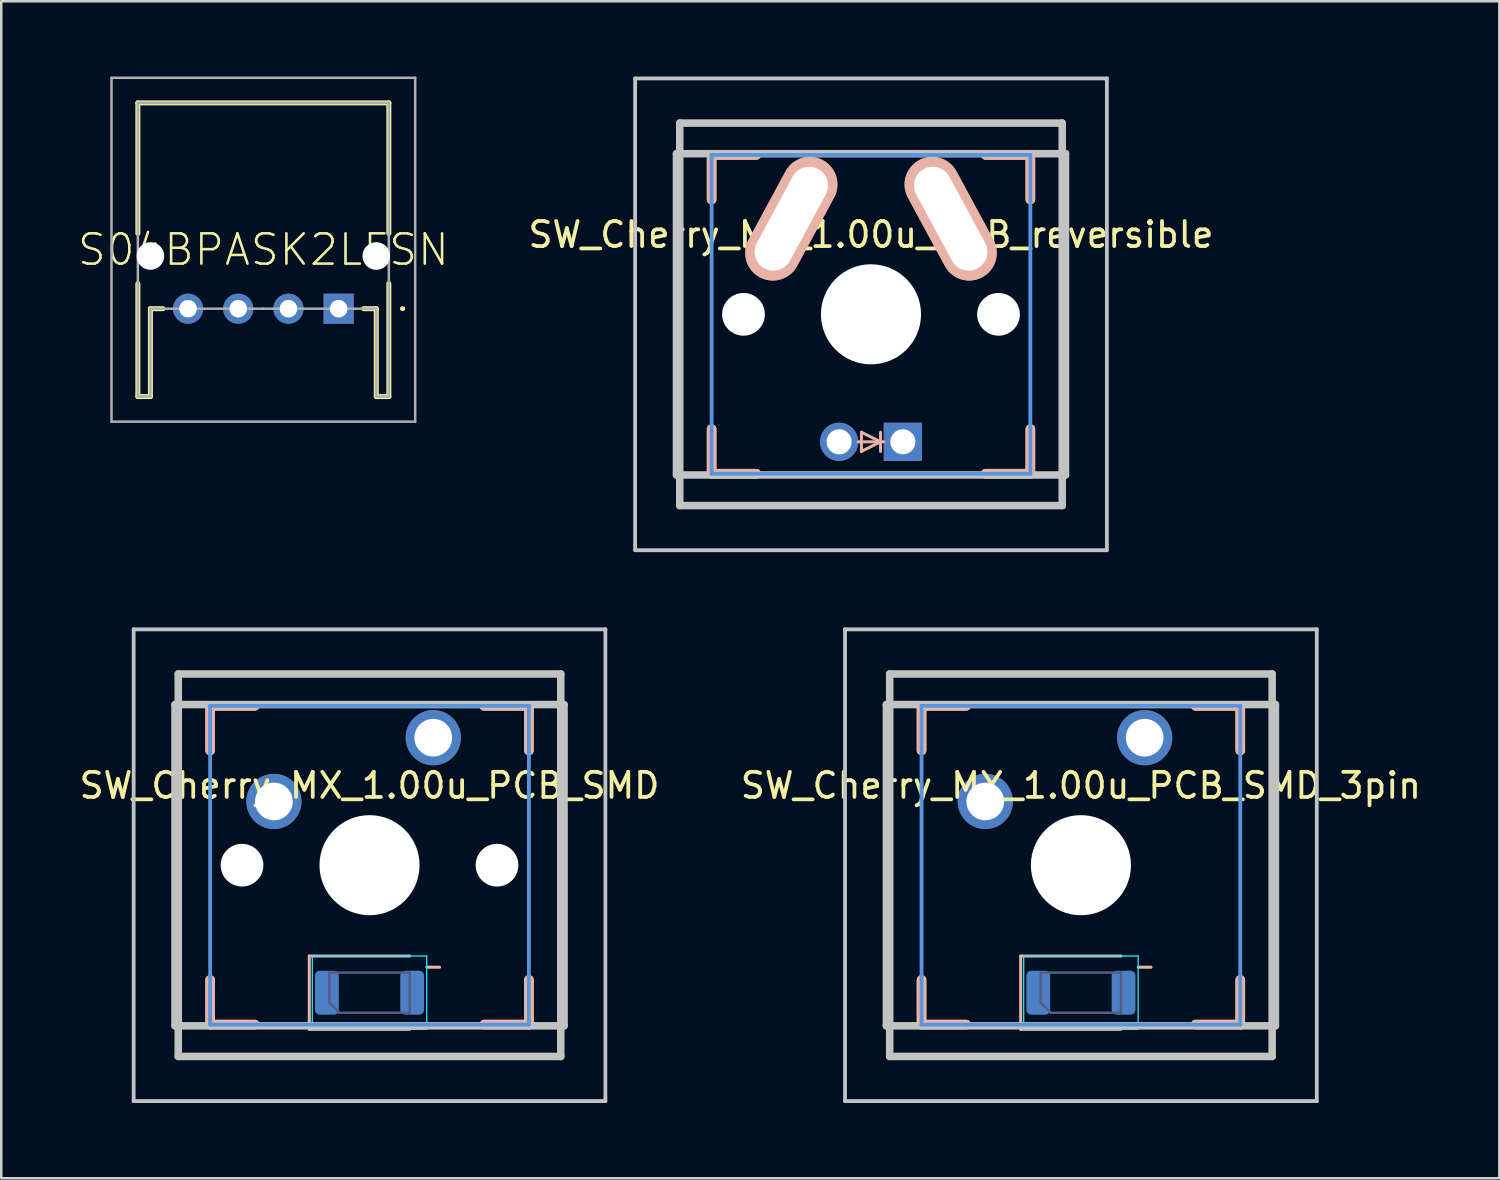
<source format=kicad_pcb>
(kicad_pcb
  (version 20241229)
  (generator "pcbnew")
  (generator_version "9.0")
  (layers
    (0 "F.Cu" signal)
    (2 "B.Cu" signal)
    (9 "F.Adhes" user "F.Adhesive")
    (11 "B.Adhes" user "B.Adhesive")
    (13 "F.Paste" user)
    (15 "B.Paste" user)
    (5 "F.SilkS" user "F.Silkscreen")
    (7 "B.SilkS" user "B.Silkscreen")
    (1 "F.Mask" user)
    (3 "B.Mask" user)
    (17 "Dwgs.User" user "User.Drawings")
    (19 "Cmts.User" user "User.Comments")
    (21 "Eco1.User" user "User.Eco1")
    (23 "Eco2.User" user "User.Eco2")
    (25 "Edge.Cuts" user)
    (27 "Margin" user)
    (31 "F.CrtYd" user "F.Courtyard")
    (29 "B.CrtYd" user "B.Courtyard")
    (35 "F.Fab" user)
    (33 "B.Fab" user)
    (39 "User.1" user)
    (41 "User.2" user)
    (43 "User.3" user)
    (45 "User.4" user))
  (footprint "SW_Cherry_MX_1.00u_PCB_SMD"
    (layer "F.Cu")
    (at 11.673 31.423)
    (property "Reference" "SW_Cherry_MX_1.00u_PCB_SMD" (at 0 -3.175 0) (layer "F.SilkS") (effects (font (size 1 1) (thickness 0.15))))
    (attr exclude_from_pos_files exclude_from_bom)
    (fp_line (start -6.35 -6.35) (end -4.572 -6.35) (stroke (width 0.381) (type solid)) (layer "F.SilkS"))
    (fp_line (start -6.35 -4.572) (end -6.35 -6.35) (stroke (width 0.381) (type solid)) (layer "F.SilkS"))
    (fp_line (start -6.35 6.35) (end -6.35 4.572) (stroke (width 0.381) (type solid)) (layer "F.SilkS"))
    (fp_line (start -4.572 6.35) (end -6.35 6.35) (stroke (width 0.381) (type solid)) (layer "F.SilkS"))
    (fp_line (start 4.572 -6.35) (end 6.35 -6.35) (stroke (width 0.381) (type solid)) (layer "F.SilkS"))
    (fp_line (start 6.35 -6.35) (end 6.35 -4.572) (stroke (width 0.381) (type solid)) (layer "F.SilkS"))
    (fp_line (start 6.35 4.572) (end 6.35 6.35) (stroke (width 0.381) (type solid)) (layer "F.SilkS"))
    (fp_line (start 6.35 6.35) (end 4.572 6.35) (stroke (width 0.381) (type solid)) (layer "F.SilkS"))
    (fp_line (start -6.35 -6.35) (end -6.35 -4.572) (stroke (width 0.381) (type solid)) (layer "B.SilkS"))
    (fp_line (start -6.35 4.572) (end -6.35 6.35) (stroke (width 0.381) (type solid)) (layer "B.SilkS"))
    (fp_line (start -6.35 6.35) (end -4.572 6.35) (stroke (width 0.381) (type solid)) (layer "B.SilkS"))
    (fp_line (start -4.572 -6.35) (end -6.35 -6.35) (stroke (width 0.381) (type solid)) (layer "B.SilkS"))
    (fp_line (start -2.4 3.62) (end 1.6 3.62) (stroke (width 0.12) (type solid)) (layer "B.SilkS"))
    (fp_line (start -2.4 6.54) (end -2.4 3.62) (stroke (width 0.12) (type solid)) (layer "B.SilkS"))
    (fp_line (start 1.6 6.54) (end -2.4 6.54) (stroke (width 0.12) (type solid)) (layer "B.SilkS"))
    (fp_line (start 2.286 4.064) (end 2.794 4.064) (stroke (width 0.12) (type solid)) (layer "B.SilkS"))
    (fp_line (start 4.572 6.35) (end 6.35 6.35) (stroke (width 0.381) (type solid)) (layer "B.SilkS"))
    (fp_line (start 6.35 -6.35) (end 4.572 -6.35) (stroke (width 0.381) (type solid)) (layer "B.SilkS"))
    (fp_line (start 6.35 -4.572) (end 6.35 -6.35) (stroke (width 0.381) (type solid)) (layer "B.SilkS"))
    (fp_line (start 6.35 6.35) (end 6.35 4.572) (stroke (width 0.381) (type solid)) (layer "B.SilkS"))
    (fp_line (start -9.398 -9.398) (end 9.398 -9.398) (stroke (width 0.152) (type solid)) (layer "Dwgs.User"))
    (fp_line (start -9.398 9.398) (end -9.398 -9.398) (stroke (width 0.152) (type solid)) (layer "Dwgs.User"))
    (fp_line (start -7.75 6.4) (end -7.75 -6.4) (stroke (width 0.3) (type solid)) (layer "Dwgs.User"))
    (fp_line (start -7.75 6.4) (end 7.75 6.4) (stroke (width 0.3) (type solid)) (layer "Dwgs.User"))
    (fp_line (start -7.62 -7.62) (end 7.62 -7.62) (stroke (width 0.3) (type solid)) (layer "Dwgs.User"))
    (fp_line (start -7.62 7.62) (end -7.62 -7.62) (stroke (width 0.3) (type solid)) (layer "Dwgs.User"))
    (fp_line (start 7.62 -7.62) (end 7.62 7.62) (stroke (width 0.3) (type solid)) (layer "Dwgs.User"))
    (fp_line (start 7.62 7.62) (end -7.62 7.62) (stroke (width 0.3) (type solid)) (layer "Dwgs.User"))
    (fp_line (start 7.75 -6.4) (end -7.75 -6.4) (stroke (width 0.3) (type solid)) (layer "Dwgs.User"))
    (fp_line (start 7.75 6.4) (end 7.75 -6.4) (stroke (width 0.3) (type solid)) (layer "Dwgs.User"))
    (fp_line (start 9.398 -9.398) (end 9.398 9.398) (stroke (width 0.152) (type solid)) (layer "Dwgs.User"))
    (fp_line (start 9.398 9.398) (end -9.398 9.398) (stroke (width 0.152) (type solid)) (layer "Dwgs.User"))
    (fp_line (start -6.35 -6.35) (end 6.35 -6.35) (stroke (width 0.152) (type solid)) (layer "Cmts.User"))
    (fp_line (start -6.35 6.35) (end -6.35 -6.35) (stroke (width 0.152) (type solid)) (layer "Cmts.User"))
    (fp_line (start 6.35 -6.35) (end 6.35 6.35) (stroke (width 0.152) (type solid)) (layer "Cmts.User"))
    (fp_line (start 6.35 6.35) (end -6.35 6.35) (stroke (width 0.152) (type solid)) (layer "Cmts.User"))
    (fp_line (start -6.985 -6.985) (end 6.985 -6.985) (stroke (width 0.152) (type solid)) (layer "Eco2.User"))
    (fp_line (start -6.985 6.985) (end -6.985 -6.985) (stroke (width 0.152) (type solid)) (layer "Eco2.User"))
    (fp_line (start 6.985 -6.985) (end 6.985 6.985) (stroke (width 0.152) (type solid)) (layer "Eco2.User"))
    (fp_line (start 6.985 6.985) (end -6.985 6.985) (stroke (width 0.152) (type solid)) (layer "Eco2.User"))
    (fp_line (start -2.28 3.62) (end -2.28 6.54) (stroke (width 0.05) (type solid)) (layer "B.CrtYd"))
    (fp_line (start -2.28 6.54) (end 2.28 6.54) (stroke (width 0.05) (type solid)) (layer "B.CrtYd"))
    (fp_line (start 2.28 3.62) (end -2.28 3.62) (stroke (width 0.05) (type solid)) (layer "B.CrtYd"))
    (fp_line (start 2.28 6.54) (end 2.28 3.62) (stroke (width 0.05) (type solid)) (layer "B.CrtYd"))
    (fp_line (start -1.6 4.28) (end 1.6 4.28) (stroke (width 0.1) (type solid)) (layer "B.Fab"))
    (fp_line (start -1.6 5.48) (end -1.6 4.28) (stroke (width 0.1) (type solid)) (layer "B.Fab"))
    (fp_line (start -1.2 5.88) (end -1.6 5.48) (stroke (width 0.1) (type solid)) (layer "B.Fab"))
    (fp_line (start 1.6 4.28) (end 1.6 5.88) (stroke (width 0.1) (type solid)) (layer "B.Fab"))
    (fp_line (start 1.6 5.88) (end -1.2 5.88) (stroke (width 0.1) (type solid)) (layer "B.Fab"))
    (pad "" np_thru_hole circle (at -5.08 0) (size 1.702 1.702) (drill 1.702) (layers "*.Cu" "*.Mask"))
    (pad "" np_thru_hole circle (at 0 0) (size 3.988 3.988) (drill 3.988) (layers "*.Cu" "*.Mask"))
    (pad "" np_thru_hole circle (at 5.08 0) (size 1.702 1.702) (drill 1.702) (layers "*.Cu" "*.Mask"))
    (pad "1" thru_hole circle (at -3.81 -2.54) (size 2.2 2.2) (drill 1.5) (layers "*.Cu" "*.Mask"))
    (pad "2" thru_hole circle (at 2.54 -5.08) (size 2.2 2.2) (drill 1.5) (layers "*.Cu" "*.Mask"))
    (pad "3" smd roundrect (at 1.7 5.08) (size 0.95 1.75) (layers "B.Cu" "B.Mask" "B.Paste") (roundrect_rratio 0.2))
    (pad "4" smd roundrect (at -1.7 5.08) (size 0.95 1.75) (layers "B.Cu" "B.Mask" "B.Paste") (roundrect_rratio 0.2)))
  (footprint "SW_Cherry_MX_1.00u_PCB_reversible"
    (layer "F.Cu")
    (at 31.654 9.474)
    (property "Reference" "SW_Cherry_MX_1.00u_PCB_reversible" (at 0 -3.175 0) (layer "F.SilkS") (effects (font (size 1 1) (thickness 0.15))))
    (attr exclude_from_pos_files exclude_from_bom)
    (fp_line (start -6.35 -6.35) (end -4.572 -6.35) (stroke (width 0.381) (type solid)) (layer "F.SilkS"))
    (fp_line (start -6.35 -4.572) (end -6.35 -6.35) (stroke (width 0.381) (type solid)) (layer "F.SilkS"))
    (fp_line (start -6.35 6.35) (end -6.35 4.572) (stroke (width 0.381) (type solid)) (layer "F.SilkS"))
    (fp_line (start -4.572 6.35) (end -6.35 6.35) (stroke (width 0.381) (type solid)) (layer "F.SilkS"))
    (fp_line (start 4.572 -6.35) (end 6.35 -6.35) (stroke (width 0.381) (type solid)) (layer "F.SilkS"))
    (fp_line (start 6.35 -6.35) (end 6.35 -4.572) (stroke (width 0.381) (type solid)) (layer "F.SilkS"))
    (fp_line (start 6.35 4.572) (end 6.35 6.35) (stroke (width 0.381) (type solid)) (layer "F.SilkS"))
    (fp_line (start 6.35 6.35) (end 4.572 6.35) (stroke (width 0.381) (type solid)) (layer "F.SilkS"))
    (fp_line (start -6.35 -6.35) (end -6.35 -4.572) (stroke (width 0.381) (type solid)) (layer "B.SilkS"))
    (fp_line (start -6.35 4.572) (end -6.35 6.35) (stroke (width 0.381) (type solid)) (layer "B.SilkS"))
    (fp_line (start -6.35 6.35) (end -4.572 6.35) (stroke (width 0.381) (type solid)) (layer "B.SilkS"))
    (fp_line (start -4.572 -6.35) (end -6.35 -6.35) (stroke (width 0.381) (type solid)) (layer "B.SilkS"))
    (fp_line (start -0.381 4.699) (end 0.381 5.08) (stroke (width 0.12) (type solid)) (layer "B.SilkS"))
    (fp_line (start -0.381 5.461) (end -0.381 4.699) (stroke (width 0.12) (type solid)) (layer "B.SilkS"))
    (fp_line (start -0.381 5.461) (end 0.381 5.08) (stroke (width 0.12) (type solid)) (layer "B.SilkS"))
    (fp_line (start 0.381 5.461) (end 0.381 4.699) (stroke (width 0.12) (type solid)) (layer "B.SilkS"))
    (fp_line (start 0.508 5.08) (end -0.508 5.08) (stroke (width 0.12) (type solid)) (layer "B.SilkS"))
    (fp_line (start 4.572 6.35) (end 6.35 6.35) (stroke (width 0.381) (type solid)) (layer "B.SilkS"))
    (fp_line (start 6.35 -6.35) (end 4.572 -6.35) (stroke (width 0.381) (type solid)) (layer "B.SilkS"))
    (fp_line (start 6.35 -4.572) (end 6.35 -6.35) (stroke (width 0.381) (type solid)) (layer "B.SilkS"))
    (fp_line (start 6.35 6.35) (end 6.35 4.572) (stroke (width 0.381) (type solid)) (layer "B.SilkS"))
    (fp_line (start -9.398 -9.398) (end 9.398 -9.398) (stroke (width 0.152) (type solid)) (layer "Dwgs.User"))
    (fp_line (start -9.398 9.398) (end -9.398 -9.398) (stroke (width 0.152) (type solid)) (layer "Dwgs.User"))
    (fp_line (start -7.75 6.4) (end -7.75 -6.4) (stroke (width 0.3) (type solid)) (layer "Dwgs.User"))
    (fp_line (start -7.75 6.4) (end 7.75 6.4) (stroke (width 0.3) (type solid)) (layer "Dwgs.User"))
    (fp_line (start -7.62 -7.62) (end 7.62 -7.62) (stroke (width 0.3) (type solid)) (layer "Dwgs.User"))
    (fp_line (start -7.62 7.62) (end -7.62 -7.62) (stroke (width 0.3) (type solid)) (layer "Dwgs.User"))
    (fp_line (start 7.62 -7.62) (end 7.62 7.62) (stroke (width 0.3) (type solid)) (layer "Dwgs.User"))
    (fp_line (start 7.62 7.62) (end -7.62 7.62) (stroke (width 0.3) (type solid)) (layer "Dwgs.User"))
    (fp_line (start 7.75 -6.4) (end -7.75 -6.4) (stroke (width 0.3) (type solid)) (layer "Dwgs.User"))
    (fp_line (start 7.75 6.4) (end 7.75 -6.4) (stroke (width 0.3) (type solid)) (layer "Dwgs.User"))
    (fp_line (start 9.398 -9.398) (end 9.398 9.398) (stroke (width 0.152) (type solid)) (layer "Dwgs.User"))
    (fp_line (start 9.398 9.398) (end -9.398 9.398) (stroke (width 0.152) (type solid)) (layer "Dwgs.User"))
    (fp_line (start -6.35 -6.35) (end 6.35 -6.35) (stroke (width 0.152) (type solid)) (layer "Cmts.User"))
    (fp_line (start -6.35 6.35) (end -6.35 -6.35) (stroke (width 0.152) (type solid)) (layer "Cmts.User"))
    (fp_line (start 6.35 -6.35) (end 6.35 6.35) (stroke (width 0.152) (type solid)) (layer "Cmts.User"))
    (fp_line (start 6.35 6.35) (end -6.35 6.35) (stroke (width 0.152) (type solid)) (layer "Cmts.User"))
    (fp_line (start -6.985 -6.985) (end 6.985 -6.985) (stroke (width 0.152) (type solid)) (layer "Eco2.User"))
    (fp_line (start -6.985 6.985) (end -6.985 -6.985) (stroke (width 0.152) (type solid)) (layer "Eco2.User"))
    (fp_line (start 6.985 -6.985) (end 6.985 6.985) (stroke (width 0.152) (type solid)) (layer "Eco2.User"))
    (fp_line (start 6.985 6.985) (end -6.985 6.985) (stroke (width 0.152) (type solid)) (layer "Eco2.User"))
    (pad "" np_thru_hole circle (at -5.08 0) (size 1.702 1.702) (drill 1.702) (layers "*.Cu" "*.Mask"))
    (pad "" np_thru_hole circle (at 0 0) (size 3.988 3.988) (drill 3.988) (layers "*.Cu" "*.Mask"))
    (pad "" np_thru_hole circle (at 5.08 0) (size 1.702 1.702) (drill 1.702) (layers "*.Cu" "*.Mask"))
    (pad "1" thru_hole oval (at -3.175 -3.81 331.6) (size 2.2 5.3) (drill oval 1.5 4.5) (layers "*.Cu" "*.Mask" "B.SilkS"))
    (pad "2" thru_hole oval (at 3.175 -3.81 28.4) (size 2.2 5.3) (drill oval 1.5 4.5) (layers "*.Cu" "*.Mask" "B.SilkS"))
    (pad "3" thru_hole rect (at 1.27 5.08 180) (size 1.524 1.524) (drill 1) (layers "*.Cu" "*.Mask"))
    (pad "4" thru_hole circle (at -1.27 5.08 180) (size 1.524 1.524) (drill 1) (layers "*.Cu" "*.Mask")))
  (footprint "SW_Cherry_MX_1.00u_PCB_SMD_3pin"
    (layer "F.Cu")
    (at 40.018 31.423)
    (property "Reference" "SW_Cherry_MX_1.00u_PCB_SMD_3pin" (at 0 -3.175 0) (layer "F.SilkS") (effects (font (size 1 1) (thickness 0.15))))
    (attr exclude_from_pos_files exclude_from_bom)
    (fp_line (start -6.35 -6.35) (end -4.572 -6.35) (stroke (width 0.381) (type solid)) (layer "F.SilkS"))
    (fp_line (start -6.35 -4.572) (end -6.35 -6.35) (stroke (width 0.381) (type solid)) (layer "F.SilkS"))
    (fp_line (start -6.35 6.35) (end -6.35 4.572) (stroke (width 0.381) (type solid)) (layer "F.SilkS"))
    (fp_line (start -4.572 6.35) (end -6.35 6.35) (stroke (width 0.381) (type solid)) (layer "F.SilkS"))
    (fp_line (start 4.572 -6.35) (end 6.35 -6.35) (stroke (width 0.381) (type solid)) (layer "F.SilkS"))
    (fp_line (start 6.35 -6.35) (end 6.35 -4.572) (stroke (width 0.381) (type solid)) (layer "F.SilkS"))
    (fp_line (start 6.35 4.572) (end 6.35 6.35) (stroke (width 0.381) (type solid)) (layer "F.SilkS"))
    (fp_line (start 6.35 6.35) (end 4.572 6.35) (stroke (width 0.381) (type solid)) (layer "F.SilkS"))
    (fp_line (start -6.35 -6.35) (end -6.35 -4.572) (stroke (width 0.381) (type solid)) (layer "B.SilkS"))
    (fp_line (start -6.35 4.572) (end -6.35 6.35) (stroke (width 0.381) (type solid)) (layer "B.SilkS"))
    (fp_line (start -6.35 6.35) (end -4.572 6.35) (stroke (width 0.381) (type solid)) (layer "B.SilkS"))
    (fp_line (start -4.572 -6.35) (end -6.35 -6.35) (stroke (width 0.381) (type solid)) (layer "B.SilkS"))
    (fp_line (start -2.4 3.62) (end 1.6 3.62) (stroke (width 0.12) (type solid)) (layer "B.SilkS"))
    (fp_line (start -2.4 6.54) (end -2.4 3.62) (stroke (width 0.12) (type solid)) (layer "B.SilkS"))
    (fp_line (start 1.6 6.54) (end -2.4 6.54) (stroke (width 0.12) (type solid)) (layer "B.SilkS"))
    (fp_line (start 2.286 4.064) (end 2.794 4.064) (stroke (width 0.12) (type solid)) (layer "B.SilkS"))
    (fp_line (start 4.572 6.35) (end 6.35 6.35) (stroke (width 0.381) (type solid)) (layer "B.SilkS"))
    (fp_line (start 6.35 -6.35) (end 4.572 -6.35) (stroke (width 0.381) (type solid)) (layer "B.SilkS"))
    (fp_line (start 6.35 -4.572) (end 6.35 -6.35) (stroke (width 0.381) (type solid)) (layer "B.SilkS"))
    (fp_line (start 6.35 6.35) (end 6.35 4.572) (stroke (width 0.381) (type solid)) (layer "B.SilkS"))
    (fp_line (start -9.398 -9.398) (end 9.398 -9.398) (stroke (width 0.152) (type solid)) (layer "Dwgs.User"))
    (fp_line (start -9.398 9.398) (end -9.398 -9.398) (stroke (width 0.152) (type solid)) (layer "Dwgs.User"))
    (fp_line (start -7.75 6.4) (end -7.75 -6.4) (stroke (width 0.3) (type solid)) (layer "Dwgs.User"))
    (fp_line (start -7.75 6.4) (end 7.75 6.4) (stroke (width 0.3) (type solid)) (layer "Dwgs.User"))
    (fp_line (start -7.62 -7.62) (end 7.62 -7.62) (stroke (width 0.3) (type solid)) (layer "Dwgs.User"))
    (fp_line (start -7.62 7.62) (end -7.62 -7.62) (stroke (width 0.3) (type solid)) (layer "Dwgs.User"))
    (fp_line (start 7.62 -7.62) (end 7.62 7.62) (stroke (width 0.3) (type solid)) (layer "Dwgs.User"))
    (fp_line (start 7.62 7.62) (end -7.62 7.62) (stroke (width 0.3) (type solid)) (layer "Dwgs.User"))
    (fp_line (start 7.75 -6.4) (end -7.75 -6.4) (stroke (width 0.3) (type solid)) (layer "Dwgs.User"))
    (fp_line (start 7.75 6.4) (end 7.75 -6.4) (stroke (width 0.3) (type solid)) (layer "Dwgs.User"))
    (fp_line (start 9.398 -9.398) (end 9.398 9.398) (stroke (width 0.152) (type solid)) (layer "Dwgs.User"))
    (fp_line (start 9.398 9.398) (end -9.398 9.398) (stroke (width 0.152) (type solid)) (layer "Dwgs.User"))
    (fp_line (start -6.35 -6.35) (end 6.35 -6.35) (stroke (width 0.152) (type solid)) (layer "Cmts.User"))
    (fp_line (start -6.35 6.35) (end -6.35 -6.35) (stroke (width 0.152) (type solid)) (layer "Cmts.User"))
    (fp_line (start 6.35 -6.35) (end 6.35 6.35) (stroke (width 0.152) (type solid)) (layer "Cmts.User"))
    (fp_line (start 6.35 6.35) (end -6.35 6.35) (stroke (width 0.152) (type solid)) (layer "Cmts.User"))
    (fp_line (start -6.985 -6.985) (end 6.985 -6.985) (stroke (width 0.152) (type solid)) (layer "Eco2.User"))
    (fp_line (start -6.985 6.985) (end -6.985 -6.985) (stroke (width 0.152) (type solid)) (layer "Eco2.User"))
    (fp_line (start 6.985 -6.985) (end 6.985 6.985) (stroke (width 0.152) (type solid)) (layer "Eco2.User"))
    (fp_line (start 6.985 6.985) (end -6.985 6.985) (stroke (width 0.152) (type solid)) (layer "Eco2.User"))
    (fp_line (start -2.28 3.62) (end -2.28 6.54) (stroke (width 0.05) (type solid)) (layer "B.CrtYd"))
    (fp_line (start -2.28 6.54) (end 2.28 6.54) (stroke (width 0.05) (type solid)) (layer "B.CrtYd"))
    (fp_line (start 2.28 3.62) (end -2.28 3.62) (stroke (width 0.05) (type solid)) (layer "B.CrtYd"))
    (fp_line (start 2.28 6.54) (end 2.28 3.62) (stroke (width 0.05) (type solid)) (layer "B.CrtYd"))
    (fp_line (start -1.6 4.28) (end 1.6 4.28) (stroke (width 0.1) (type solid)) (layer "B.Fab"))
    (fp_line (start -1.6 5.48) (end -1.6 4.28) (stroke (width 0.1) (type solid)) (layer "B.Fab"))
    (fp_line (start -1.2 5.88) (end -1.6 5.48) (stroke (width 0.1) (type solid)) (layer "B.Fab"))
    (fp_line (start 1.6 4.28) (end 1.6 5.88) (stroke (width 0.1) (type solid)) (layer "B.Fab"))
    (fp_line (start 1.6 5.88) (end -1.2 5.88) (stroke (width 0.1) (type solid)) (layer "B.Fab"))
    (pad "" np_thru_hole circle (at 0 0) (size 3.988 3.988) (drill 3.988) (layers "*.Cu" "*.Mask"))
    (pad "1" thru_hole circle (at -3.81 -2.54) (size 2.2 2.2) (drill 1.5) (layers "*.Cu" "*.Mask"))
    (pad "2" thru_hole circle (at 2.54 -5.08) (size 2.2 2.2) (drill 1.5) (layers "*.Cu" "*.Mask"))
    (pad "3" smd roundrect (at 1.7 5.08) (size 0.95 1.75) (layers "B.Cu" "B.Mask" "B.Paste") (roundrect_rratio 0.2))
    (pad "4" smd roundrect (at -1.7 5.08) (size 0.95 1.75) (layers "B.Cu" "B.Mask" "B.Paste") (roundrect_rratio 0.2)))
  (footprint "S04BPASK2LFSN"
    (layer "F.Cu")
    (at 10.443 9.25)
    (property "Reference" "S04BPASK2LFSN" (at -3 -2.35 0) (layer "F.SilkS") (effects (font (size 1.206 1.206) (thickness 0.102))))
    (attr through_hole)
    (fp_line (start -8 -8.2) (end 2 -8.2) (stroke (width 0.2) (type solid)) (layer "F.SilkS"))
    (fp_line (start -8 -3) (end -8 -8.2) (stroke (width 0.2) (type solid)) (layer "F.SilkS"))
    (fp_line (start -8 3.5) (end -8 -1) (stroke (width 0.2) (type solid)) (layer "F.SilkS"))
    (fp_line (start -7.5 0) (end -7.5 3.5) (stroke (width 0.2) (type solid)) (layer "F.SilkS"))
    (fp_line (start -7.5 3.5) (end -8 3.5) (stroke (width 0.2) (type solid)) (layer "F.SilkS"))
    (fp_line (start -7 0) (end -7.5 0) (stroke (width 0.2) (type solid)) (layer "F.SilkS"))
    (fp_line (start 1.5 0) (end 1 0) (stroke (width 0.2) (type solid)) (layer "F.SilkS"))
    (fp_line (start 1.5 3.5) (end 1.5 0) (stroke (width 0.2) (type solid)) (layer "F.SilkS"))
    (fp_line (start 2 -8.2) (end 2 -3) (stroke (width 0.2) (type solid)) (layer "F.SilkS"))
    (fp_line (start 2 -1) (end 2 3.5) (stroke (width 0.2) (type solid)) (layer "F.SilkS"))
    (fp_line (start 2 3.5) (end 1.5 3.5) (stroke (width 0.2) (type solid)) (layer "F.SilkS"))
    (fp_line (start 2.5 0) (end 2.5 0) (stroke (width 0.1) (type solid)) (layer "F.SilkS"))
    (fp_line (start 2.6 0) (end 2.6 0) (stroke (width 0.1) (type solid)) (layer "F.SilkS"))
    (fp_arc (start 2.5 0) (mid 2.55 -0.05) (end 2.6 0) (stroke (width 0.1) (type solid)) (layer "F.SilkS"))
    (fp_arc (start 2.6 0) (mid 2.55 0.05) (end 2.5 0) (stroke (width 0.1) (type solid)) (layer "F.SilkS"))
    (fp_line (start -9.05 -9.2) (end -9.05 4.5) (stroke (width 0.1) (type solid)) (layer "F.Fab"))
    (fp_line (start -9.05 4.5) (end 3.05 4.5) (stroke (width 0.1) (type solid)) (layer "F.Fab"))
    (fp_line (start -8 -8.2) (end 2 -8.2) (stroke (width 0.1) (type solid)) (layer "F.Fab"))
    (fp_line (start -8 3.5) (end -8 -8.2) (stroke (width 0.1) (type solid)) (layer "F.Fab"))
    (fp_line (start -7.5 0) (end -7.5 3.5) (stroke (width 0.1) (type solid)) (layer "F.Fab"))
    (fp_line (start -7.5 3.5) (end -8 3.5) (stroke (width 0.1) (type solid)) (layer "F.Fab"))
    (fp_line (start -3 0) (end -7.5 0) (stroke (width 0.1) (type solid)) (layer "F.Fab"))
    (fp_line (start 1.5 0) (end -3 0) (stroke (width 0.1) (type solid)) (layer "F.Fab"))
    (fp_line (start 1.5 3.5) (end 1.5 0) (stroke (width 0.1) (type solid)) (layer "F.Fab"))
    (fp_line (start 2 -8.2) (end 2 3.5) (stroke (width 0.1) (type solid)) (layer "F.Fab"))
    (fp_line (start 2 3.5) (end 1.5 3.5) (stroke (width 0.1) (type solid)) (layer "F.Fab"))
    (fp_line (start 3.05 -9.2) (end -9.05 -9.2) (stroke (width 0.1) (type solid)) (layer "F.Fab"))
    (fp_line (start 3.05 4.5) (end 3.05 -9.2) (stroke (width 0.1) (type solid)) (layer "F.Fab"))
    (pad "" np_thru_hole circle (at -7.5 -2.1) (size 1.1 1.1) (drill 1.1) (layers "*.Cu" "*.Mask"))
    (pad "" np_thru_hole circle (at 1.5 -2.1) (size 1.1 1.1) (drill 1.1) (layers "*.Cu" "*.Mask"))
    (pad "1" thru_hole rect (at 0 0) (size 1.2 1.2) (drill 0.7) (layers "*.Cu" "*.Mask"))
    (pad "2" thru_hole circle (at -2 0) (size 1.2 1.2) (drill 0.7) (layers "*.Cu" "*.Mask"))
    (pad "3" thru_hole circle (at -4 0) (size 1.2 1.2) (drill 0.7) (layers "*.Cu" "*.Mask"))
    (pad "4" thru_hole circle (at -6 0) (size 1.2 1.2) (drill 0.7) (layers "*.Cu" "*.Mask")))
  (gr_rect
    (start -3 -3)
    (end 56.69 43.897)
    (stroke (width 0.1) (type default))
    (fill no)
    (layer "Edge.Cuts")))
</source>
